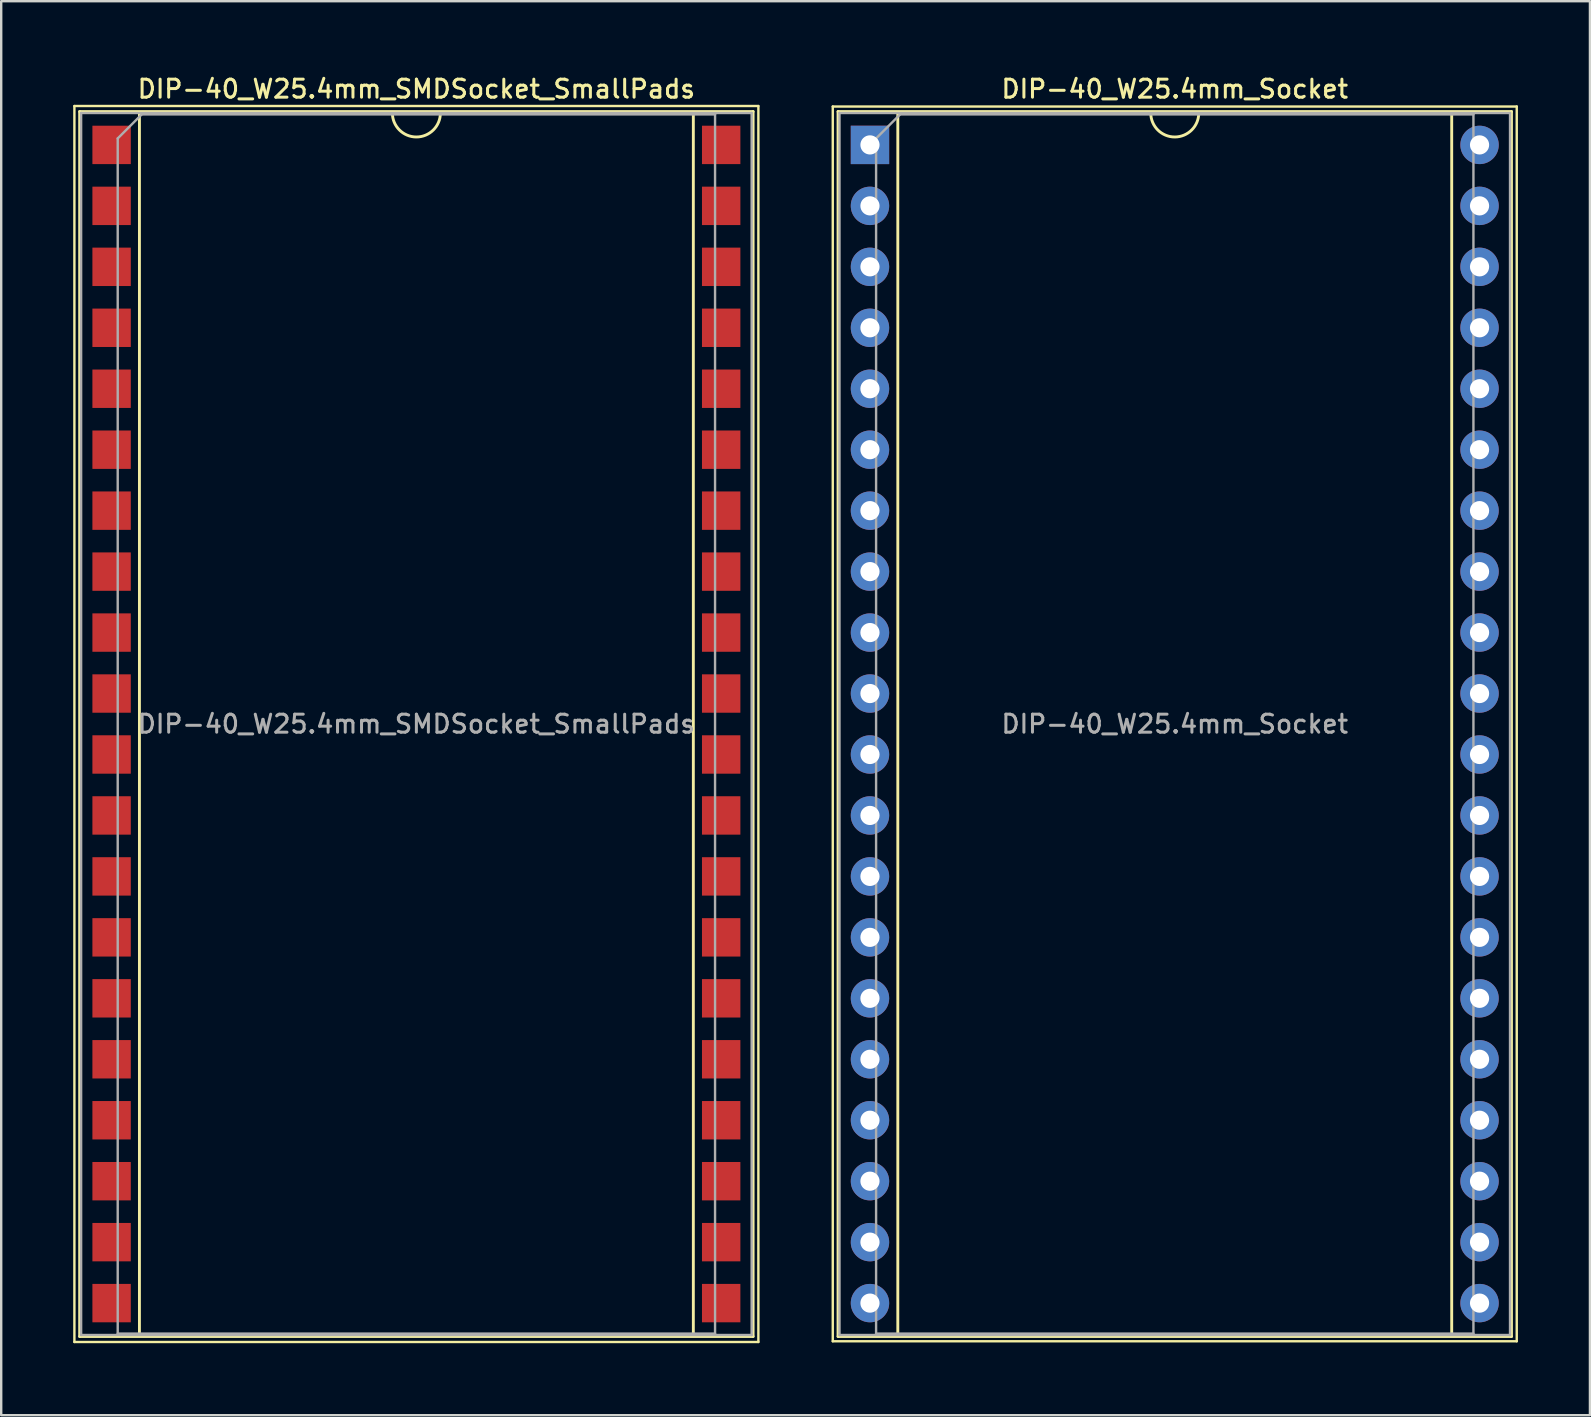
<source format=kicad_pcb>
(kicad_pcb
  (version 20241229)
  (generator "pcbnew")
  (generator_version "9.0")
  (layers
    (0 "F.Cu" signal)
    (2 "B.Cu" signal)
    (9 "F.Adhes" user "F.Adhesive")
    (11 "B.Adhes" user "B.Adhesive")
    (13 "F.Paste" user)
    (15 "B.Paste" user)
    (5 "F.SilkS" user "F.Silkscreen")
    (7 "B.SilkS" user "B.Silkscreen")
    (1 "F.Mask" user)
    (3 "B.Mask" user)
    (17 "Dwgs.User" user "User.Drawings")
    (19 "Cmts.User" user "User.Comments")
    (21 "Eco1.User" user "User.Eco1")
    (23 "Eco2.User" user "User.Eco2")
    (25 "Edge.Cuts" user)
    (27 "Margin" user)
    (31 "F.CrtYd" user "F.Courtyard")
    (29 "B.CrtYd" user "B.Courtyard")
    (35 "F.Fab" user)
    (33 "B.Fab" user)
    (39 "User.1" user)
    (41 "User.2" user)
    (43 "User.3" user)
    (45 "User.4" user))
  (footprint "DIP-40_W25.4mm_Socket"
    (layer "F.Cu")
    (at 33.2 2.988)
    (property "Reference" "DIP-40_W25.4mm_Socket" (at 12.7 -2.33 0) (layer "F.SilkS") (effects (font (size 0.75 0.75) (thickness 0.125))))
    (attr through_hole)
    (fp_line (start -1.55 -1.6) (end -1.55 49.85) (stroke (width 0.1) (type solid)) (layer "F.SilkS"))
    (fp_line (start -1.55 49.85) (end 26.95 49.85) (stroke (width 0.1) (type solid)) (layer "F.SilkS"))
    (fp_line (start -1.33 -1.39) (end -1.33 49.65) (stroke (width 0.12) (type solid)) (layer "F.SilkS"))
    (fp_line (start -1.33 49.65) (end 26.73 49.65) (stroke (width 0.12) (type solid)) (layer "F.SilkS"))
    (fp_line (start 1.16 -1.33) (end 1.16 49.59) (stroke (width 0.12) (type solid)) (layer "F.SilkS"))
    (fp_line (start 1.16 49.59) (end 24.24 49.59) (stroke (width 0.12) (type solid)) (layer "F.SilkS"))
    (fp_line (start 11.7 -1.33) (end 1.16 -1.33) (stroke (width 0.12) (type solid)) (layer "F.SilkS"))
    (fp_line (start 24.24 -1.33) (end 13.7 -1.33) (stroke (width 0.12) (type solid)) (layer "F.SilkS"))
    (fp_line (start 24.24 49.59) (end 24.24 -1.33) (stroke (width 0.12) (type solid)) (layer "F.SilkS"))
    (fp_line (start 26.73 -1.39) (end -1.33 -1.39) (stroke (width 0.12) (type solid)) (layer "F.SilkS"))
    (fp_line (start 26.73 49.65) (end 26.73 -1.39) (stroke (width 0.12) (type solid)) (layer "F.SilkS"))
    (fp_line (start 26.95 -1.6) (end -1.55 -1.6) (stroke (width 0.1) (type solid)) (layer "F.SilkS"))
    (fp_line (start 26.95 49.85) (end 26.95 -1.6) (stroke (width 0.1) (type solid)) (layer "F.SilkS"))
    (fp_arc (start 13.7 -1.33) (mid 12.7 -0.33) (end 11.7 -1.33) (stroke (width 0.12) (type solid)) (layer "F.SilkS"))
    (fp_line (start -1.27 -1.33) (end -1.27 49.59) (stroke (width 0.1) (type solid)) (layer "F.Fab"))
    (fp_line (start -1.27 49.59) (end 26.67 49.59) (stroke (width 0.1) (type solid)) (layer "F.Fab"))
    (fp_line (start 0.255 -0.27) (end 1.255 -1.27) (stroke (width 0.1) (type solid)) (layer "F.Fab"))
    (fp_line (start 0.255 49.53) (end 0.255 -0.27) (stroke (width 0.1) (type solid)) (layer "F.Fab"))
    (fp_line (start 1.255 -1.27) (end 25.145 -1.27) (stroke (width 0.1) (type solid)) (layer "F.Fab"))
    (fp_line (start 25.145 -1.27) (end 25.145 49.53) (stroke (width 0.1) (type solid)) (layer "F.Fab"))
    (fp_line (start 25.145 49.53) (end 0.255 49.53) (stroke (width 0.1) (type solid)) (layer "F.Fab"))
    (fp_line (start 26.67 -1.33) (end -1.27 -1.33) (stroke (width 0.1) (type solid)) (layer "F.Fab"))
    (fp_line (start 26.67 49.59) (end 26.67 -1.33) (stroke (width 0.1) (type solid)) (layer "F.Fab"))
    (fp_text user "${REFERENCE}" (at 12.7 24.13 0) (layer "F.Fab") (effects (font (size 0.75 0.75) (thickness 0.125))))
    (pad "1" thru_hole rect (at 0 0) (size 1.6 1.6) (drill 0.8) (layers "*.Cu" "*.Mask"))
    (pad "2" thru_hole oval (at 0 2.54) (size 1.6 1.6) (drill 0.8) (layers "*.Cu" "*.Mask"))
    (pad "3" thru_hole oval (at 0 5.08) (size 1.6 1.6) (drill 0.8) (layers "*.Cu" "*.Mask"))
    (pad "4" thru_hole oval (at 0 7.62) (size 1.6 1.6) (drill 0.8) (layers "*.Cu" "*.Mask"))
    (pad "5" thru_hole oval (at 0 10.16) (size 1.6 1.6) (drill 0.8) (layers "*.Cu" "*.Mask"))
    (pad "6" thru_hole oval (at 0 12.7) (size 1.6 1.6) (drill 0.8) (layers "*.Cu" "*.Mask"))
    (pad "7" thru_hole oval (at 0 15.24) (size 1.6 1.6) (drill 0.8) (layers "*.Cu" "*.Mask"))
    (pad "8" thru_hole oval (at 0 17.78) (size 1.6 1.6) (drill 0.8) (layers "*.Cu" "*.Mask"))
    (pad "9" thru_hole oval (at 0 20.32) (size 1.6 1.6) (drill 0.8) (layers "*.Cu" "*.Mask"))
    (pad "10" thru_hole oval (at 0 22.86) (size 1.6 1.6) (drill 0.8) (layers "*.Cu" "*.Mask"))
    (pad "11" thru_hole oval (at 0 25.4) (size 1.6 1.6) (drill 0.8) (layers "*.Cu" "*.Mask"))
    (pad "12" thru_hole oval (at 0 27.94) (size 1.6 1.6) (drill 0.8) (layers "*.Cu" "*.Mask"))
    (pad "13" thru_hole oval (at 0 30.48) (size 1.6 1.6) (drill 0.8) (layers "*.Cu" "*.Mask"))
    (pad "14" thru_hole oval (at 0 33.02) (size 1.6 1.6) (drill 0.8) (layers "*.Cu" "*.Mask"))
    (pad "15" thru_hole oval (at 0 35.56) (size 1.6 1.6) (drill 0.8) (layers "*.Cu" "*.Mask"))
    (pad "16" thru_hole oval (at 0 38.1) (size 1.6 1.6) (drill 0.8) (layers "*.Cu" "*.Mask"))
    (pad "17" thru_hole oval (at 0 40.64) (size 1.6 1.6) (drill 0.8) (layers "*.Cu" "*.Mask"))
    (pad "18" thru_hole oval (at 0 43.18) (size 1.6 1.6) (drill 0.8) (layers "*.Cu" "*.Mask"))
    (pad "19" thru_hole oval (at 0 45.72) (size 1.6 1.6) (drill 0.8) (layers "*.Cu" "*.Mask"))
    (pad "20" thru_hole oval (at 0 48.26) (size 1.6 1.6) (drill 0.8) (layers "*.Cu" "*.Mask"))
    (pad "21" thru_hole oval (at 25.4 48.26) (size 1.6 1.6) (drill 0.8) (layers "*.Cu" "*.Mask"))
    (pad "22" thru_hole oval (at 25.4 45.72) (size 1.6 1.6) (drill 0.8) (layers "*.Cu" "*.Mask"))
    (pad "23" thru_hole oval (at 25.4 43.18) (size 1.6 1.6) (drill 0.8) (layers "*.Cu" "*.Mask"))
    (pad "24" thru_hole oval (at 25.4 40.64) (size 1.6 1.6) (drill 0.8) (layers "*.Cu" "*.Mask"))
    (pad "25" thru_hole oval (at 25.4 38.1) (size 1.6 1.6) (drill 0.8) (layers "*.Cu" "*.Mask"))
    (pad "26" thru_hole oval (at 25.4 35.56) (size 1.6 1.6) (drill 0.8) (layers "*.Cu" "*.Mask"))
    (pad "27" thru_hole oval (at 25.4 33.02) (size 1.6 1.6) (drill 0.8) (layers "*.Cu" "*.Mask"))
    (pad "28" thru_hole oval (at 25.4 30.48) (size 1.6 1.6) (drill 0.8) (layers "*.Cu" "*.Mask"))
    (pad "29" thru_hole oval (at 25.4 27.94) (size 1.6 1.6) (drill 0.8) (layers "*.Cu" "*.Mask"))
    (pad "30" thru_hole oval (at 25.4 25.4) (size 1.6 1.6) (drill 0.8) (layers "*.Cu" "*.Mask"))
    (pad "31" thru_hole oval (at 25.4 22.86) (size 1.6 1.6) (drill 0.8) (layers "*.Cu" "*.Mask"))
    (pad "32" thru_hole oval (at 25.4 20.32) (size 1.6 1.6) (drill 0.8) (layers "*.Cu" "*.Mask"))
    (pad "33" thru_hole oval (at 25.4 17.78) (size 1.6 1.6) (drill 0.8) (layers "*.Cu" "*.Mask"))
    (pad "34" thru_hole oval (at 25.4 15.24) (size 1.6 1.6) (drill 0.8) (layers "*.Cu" "*.Mask"))
    (pad "35" thru_hole oval (at 25.4 12.7) (size 1.6 1.6) (drill 0.8) (layers "*.Cu" "*.Mask"))
    (pad "36" thru_hole oval (at 25.4 10.16) (size 1.6 1.6) (drill 0.8) (layers "*.Cu" "*.Mask"))
    (pad "37" thru_hole oval (at 25.4 7.62) (size 1.6 1.6) (drill 0.8) (layers "*.Cu" "*.Mask"))
    (pad "38" thru_hole oval (at 25.4 5.08) (size 1.6 1.6) (drill 0.8) (layers "*.Cu" "*.Mask"))
    (pad "39" thru_hole oval (at 25.4 2.54) (size 1.6 1.6) (drill 0.8) (layers "*.Cu" "*.Mask"))
    (pad "40" thru_hole oval (at 25.4 0) (size 1.6 1.6) (drill 0.8) (layers "*.Cu" "*.Mask")))
  (footprint "DIP-40_W25.4mm_SMDSocket_SmallPads"
    (layer "F.Cu")
    (at 14.3 27.118)
    (property "Reference" "DIP-40_W25.4mm_SMDSocket_SmallPads" (at 0 -26.46 0) (layer "F.SilkS") (effects (font (size 0.75 0.75) (thickness 0.125))))
    (attr smd)
    (fp_line (start -14.25 -25.75) (end -14.25 25.75) (stroke (width 0.1) (type solid)) (layer "F.SilkS"))
    (fp_line (start -14.25 25.75) (end 14.25 25.75) (stroke (width 0.1) (type solid)) (layer "F.SilkS"))
    (fp_line (start -14.03 -25.52) (end -14.03 25.52) (stroke (width 0.12) (type solid)) (layer "F.SilkS"))
    (fp_line (start -14.03 25.52) (end 14.03 25.52) (stroke (width 0.12) (type solid)) (layer "F.SilkS"))
    (fp_line (start -11.54 -25.46) (end -11.54 25.46) (stroke (width 0.12) (type solid)) (layer "F.SilkS"))
    (fp_line (start -11.54 25.46) (end 11.54 25.46) (stroke (width 0.12) (type solid)) (layer "F.SilkS"))
    (fp_line (start -1 -25.46) (end -11.54 -25.46) (stroke (width 0.12) (type solid)) (layer "F.SilkS"))
    (fp_line (start 11.54 -25.46) (end 1 -25.46) (stroke (width 0.12) (type solid)) (layer "F.SilkS"))
    (fp_line (start 11.54 25.46) (end 11.54 -25.46) (stroke (width 0.12) (type solid)) (layer "F.SilkS"))
    (fp_line (start 14.03 -25.52) (end -14.03 -25.52) (stroke (width 0.12) (type solid)) (layer "F.SilkS"))
    (fp_line (start 14.03 25.52) (end 14.03 -25.52) (stroke (width 0.12) (type solid)) (layer "F.SilkS"))
    (fp_line (start 14.25 -25.75) (end -14.25 -25.75) (stroke (width 0.1) (type solid)) (layer "F.SilkS"))
    (fp_line (start 14.25 25.75) (end 14.25 -25.75) (stroke (width 0.1) (type solid)) (layer "F.SilkS"))
    (fp_arc (start 1 -25.46) (mid 0 -24.46) (end -1 -25.46) (stroke (width 0.12) (type solid)) (layer "F.SilkS"))
    (fp_line (start -13.97 -25.46) (end -13.97 25.46) (stroke (width 0.1) (type solid)) (layer "F.Fab"))
    (fp_line (start -13.97 25.46) (end 13.97 25.46) (stroke (width 0.1) (type solid)) (layer "F.Fab"))
    (fp_line (start -12.445 -24.4) (end -11.445 -25.4) (stroke (width 0.1) (type solid)) (layer "F.Fab"))
    (fp_line (start -12.445 25.4) (end -12.445 -24.4) (stroke (width 0.1) (type solid)) (layer "F.Fab"))
    (fp_line (start -11.445 -25.4) (end 12.445 -25.4) (stroke (width 0.1) (type solid)) (layer "F.Fab"))
    (fp_line (start 12.445 -25.4) (end 12.445 25.4) (stroke (width 0.1) (type solid)) (layer "F.Fab"))
    (fp_line (start 12.445 25.4) (end -12.445 25.4) (stroke (width 0.1) (type solid)) (layer "F.Fab"))
    (fp_line (start 13.97 -25.46) (end -13.97 -25.46) (stroke (width 0.1) (type solid)) (layer "F.Fab"))
    (fp_line (start 13.97 25.46) (end 13.97 -25.46) (stroke (width 0.1) (type solid)) (layer "F.Fab"))
    (fp_text user "${REFERENCE}" (at 0 0 0) (layer "F.Fab") (effects (font (size 0.75 0.75) (thickness 0.125))))
    (pad "1" smd rect (at -12.7 -24.13) (size 1.6 1.6) (layers "F.Cu" "F.Mask" "F.Paste"))
    (pad "2" smd rect (at -12.7 -21.59) (size 1.6 1.6) (layers "F.Cu" "F.Mask" "F.Paste"))
    (pad "3" smd rect (at -12.7 -19.05) (size 1.6 1.6) (layers "F.Cu" "F.Mask" "F.Paste"))
    (pad "4" smd rect (at -12.7 -16.51) (size 1.6 1.6) (layers "F.Cu" "F.Mask" "F.Paste"))
    (pad "5" smd rect (at -12.7 -13.97) (size 1.6 1.6) (layers "F.Cu" "F.Mask" "F.Paste"))
    (pad "6" smd rect (at -12.7 -11.43) (size 1.6 1.6) (layers "F.Cu" "F.Mask" "F.Paste"))
    (pad "7" smd rect (at -12.7 -8.89) (size 1.6 1.6) (layers "F.Cu" "F.Mask" "F.Paste"))
    (pad "8" smd rect (at -12.7 -6.35) (size 1.6 1.6) (layers "F.Cu" "F.Mask" "F.Paste"))
    (pad "9" smd rect (at -12.7 -3.81) (size 1.6 1.6) (layers "F.Cu" "F.Mask" "F.Paste"))
    (pad "10" smd rect (at -12.7 -1.27) (size 1.6 1.6) (layers "F.Cu" "F.Mask" "F.Paste"))
    (pad "11" smd rect (at -12.7 1.27) (size 1.6 1.6) (layers "F.Cu" "F.Mask" "F.Paste"))
    (pad "12" smd rect (at -12.7 3.81) (size 1.6 1.6) (layers "F.Cu" "F.Mask" "F.Paste"))
    (pad "13" smd rect (at -12.7 6.35) (size 1.6 1.6) (layers "F.Cu" "F.Mask" "F.Paste"))
    (pad "14" smd rect (at -12.7 8.89) (size 1.6 1.6) (layers "F.Cu" "F.Mask" "F.Paste"))
    (pad "15" smd rect (at -12.7 11.43) (size 1.6 1.6) (layers "F.Cu" "F.Mask" "F.Paste"))
    (pad "16" smd rect (at -12.7 13.97) (size 1.6 1.6) (layers "F.Cu" "F.Mask" "F.Paste"))
    (pad "17" smd rect (at -12.7 16.51) (size 1.6 1.6) (layers "F.Cu" "F.Mask" "F.Paste"))
    (pad "18" smd rect (at -12.7 19.05) (size 1.6 1.6) (layers "F.Cu" "F.Mask" "F.Paste"))
    (pad "19" smd rect (at -12.7 21.59) (size 1.6 1.6) (layers "F.Cu" "F.Mask" "F.Paste"))
    (pad "20" smd rect (at -12.7 24.13) (size 1.6 1.6) (layers "F.Cu" "F.Mask" "F.Paste"))
    (pad "21" smd rect (at 12.7 24.13) (size 1.6 1.6) (layers "F.Cu" "F.Mask" "F.Paste"))
    (pad "22" smd rect (at 12.7 21.59) (size 1.6 1.6) (layers "F.Cu" "F.Mask" "F.Paste"))
    (pad "23" smd rect (at 12.7 19.05) (size 1.6 1.6) (layers "F.Cu" "F.Mask" "F.Paste"))
    (pad "24" smd rect (at 12.7 16.51) (size 1.6 1.6) (layers "F.Cu" "F.Mask" "F.Paste"))
    (pad "25" smd rect (at 12.7 13.97) (size 1.6 1.6) (layers "F.Cu" "F.Mask" "F.Paste"))
    (pad "26" smd rect (at 12.7 11.43) (size 1.6 1.6) (layers "F.Cu" "F.Mask" "F.Paste"))
    (pad "27" smd rect (at 12.7 8.89) (size 1.6 1.6) (layers "F.Cu" "F.Mask" "F.Paste"))
    (pad "28" smd rect (at 12.7 6.35) (size 1.6 1.6) (layers "F.Cu" "F.Mask" "F.Paste"))
    (pad "29" smd rect (at 12.7 3.81) (size 1.6 1.6) (layers "F.Cu" "F.Mask" "F.Paste"))
    (pad "30" smd rect (at 12.7 1.27) (size 1.6 1.6) (layers "F.Cu" "F.Mask" "F.Paste"))
    (pad "31" smd rect (at 12.7 -1.27) (size 1.6 1.6) (layers "F.Cu" "F.Mask" "F.Paste"))
    (pad "32" smd rect (at 12.7 -3.81) (size 1.6 1.6) (layers "F.Cu" "F.Mask" "F.Paste"))
    (pad "33" smd rect (at 12.7 -6.35) (size 1.6 1.6) (layers "F.Cu" "F.Mask" "F.Paste"))
    (pad "34" smd rect (at 12.7 -8.89) (size 1.6 1.6) (layers "F.Cu" "F.Mask" "F.Paste"))
    (pad "35" smd rect (at 12.7 -11.43) (size 1.6 1.6) (layers "F.Cu" "F.Mask" "F.Paste"))
    (pad "36" smd rect (at 12.7 -13.97) (size 1.6 1.6) (layers "F.Cu" "F.Mask" "F.Paste"))
    (pad "37" smd rect (at 12.7 -16.51) (size 1.6 1.6) (layers "F.Cu" "F.Mask" "F.Paste"))
    (pad "38" smd rect (at 12.7 -19.05) (size 1.6 1.6) (layers "F.Cu" "F.Mask" "F.Paste"))
    (pad "39" smd rect (at 12.7 -21.59) (size 1.6 1.6) (layers "F.Cu" "F.Mask" "F.Paste"))
    (pad "40" smd rect (at 12.7 -24.13) (size 1.6 1.6) (layers "F.Cu" "F.Mask" "F.Paste")))
  (gr_rect
    (start -3 -3)
    (end 63.2 55.918)
    (stroke (width 0.1) (type default))
    (fill no)
    (layer "Edge.Cuts")))
</source>
